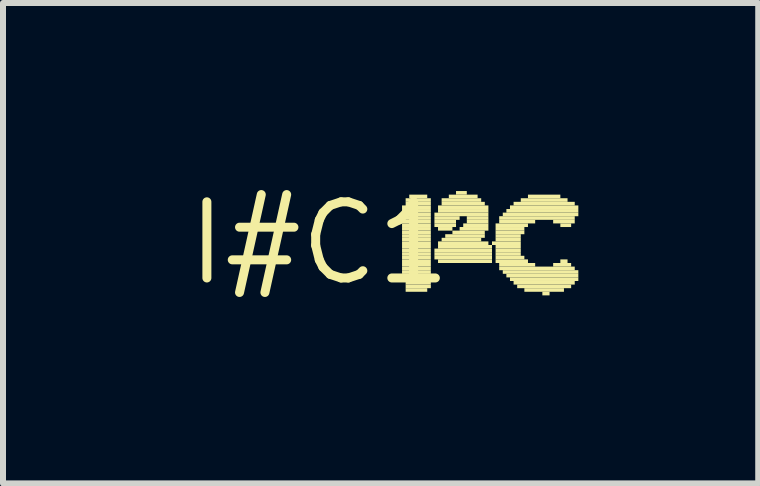
<source format=kicad_pcb>
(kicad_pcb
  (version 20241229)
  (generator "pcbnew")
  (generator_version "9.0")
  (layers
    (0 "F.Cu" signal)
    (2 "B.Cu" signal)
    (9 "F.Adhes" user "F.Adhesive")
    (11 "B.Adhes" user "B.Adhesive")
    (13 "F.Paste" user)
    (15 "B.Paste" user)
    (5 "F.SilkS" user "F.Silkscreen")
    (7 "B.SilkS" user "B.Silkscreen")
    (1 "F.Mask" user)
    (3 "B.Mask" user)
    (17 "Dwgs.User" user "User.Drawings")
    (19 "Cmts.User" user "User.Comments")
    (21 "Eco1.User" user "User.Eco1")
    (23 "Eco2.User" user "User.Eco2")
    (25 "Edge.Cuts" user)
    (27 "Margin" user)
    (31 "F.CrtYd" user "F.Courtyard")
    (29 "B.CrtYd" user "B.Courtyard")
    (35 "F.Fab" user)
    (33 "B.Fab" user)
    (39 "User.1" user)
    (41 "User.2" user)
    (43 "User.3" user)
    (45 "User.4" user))
  (footprint "I#C1"
    (layer "F.Cu")
    (at 2.275 1.006)
    (property "Reference" "I#C1" (at 0 0 0) (layer "F.SilkS") (effects (font (size 1.27 1.27) (thickness 0.15))))
    (attr through_hole)
    (fp_poly (pts (xy 1.38 -0.57) (xy 1.86 -0.57) (xy 1.86 -0.63) (xy 1.38 -0.63)) (stroke (width 0) (type solid)) (fill yes) (layer "F.SilkS"))
    (fp_poly (pts (xy 1.38 -0.51) (xy 1.86 -0.51) (xy 1.86 -0.57) (xy 1.38 -0.57)) (stroke (width 0) (type solid)) (fill yes) (layer "F.SilkS"))
    (fp_poly (pts (xy 1.38 -0.45) (xy 1.86 -0.45) (xy 1.86 -0.51) (xy 1.38 -0.51)) (stroke (width 0) (type solid)) (fill yes) (layer "F.SilkS"))
    (fp_poly (pts (xy 1.38 -0.39) (xy 1.86 -0.39) (xy 1.86 -0.45) (xy 1.38 -0.45)) (stroke (width 0) (type solid)) (fill yes) (layer "F.SilkS"))
    (fp_poly (pts (xy 1.38 -0.33) (xy 1.86 -0.33) (xy 1.86 -0.39) (xy 1.38 -0.39)) (stroke (width 0) (type solid)) (fill yes) (layer "F.SilkS"))
    (fp_poly (pts (xy 1.38 -0.27) (xy 1.86 -0.27) (xy 1.86 -0.33) (xy 1.38 -0.33)) (stroke (width 0) (type solid)) (fill yes) (layer "F.SilkS"))
    (fp_poly (pts (xy 1.38 -0.21) (xy 1.86 -0.21) (xy 1.86 -0.27) (xy 1.38 -0.27)) (stroke (width 0) (type solid)) (fill yes) (layer "F.SilkS"))
    (fp_poly (pts (xy 1.38 -0.15) (xy 1.86 -0.15) (xy 1.86 -0.21) (xy 1.38 -0.21)) (stroke (width 0) (type solid)) (fill yes) (layer "F.SilkS"))
    (fp_poly (pts (xy 1.38 -0.09) (xy 1.86 -0.09) (xy 1.86 -0.15) (xy 1.38 -0.15)) (stroke (width 0) (type solid)) (fill yes) (layer "F.SilkS"))
    (fp_poly (pts (xy 1.38 -0.03) (xy 1.86 -0.03) (xy 1.86 -0.09) (xy 1.38 -0.09)) (stroke (width 0) (type solid)) (fill yes) (layer "F.SilkS"))
    (fp_poly (pts (xy 1.38 0.03) (xy 1.86 0.03) (xy 1.86 -0.03) (xy 1.38 -0.03)) (stroke (width 0) (type solid)) (fill yes) (layer "F.SilkS"))
    (fp_poly (pts (xy 1.38 0.09) (xy 1.86 0.09) (xy 1.86 0.03) (xy 1.38 0.03)) (stroke (width 0) (type solid)) (fill yes) (layer "F.SilkS"))
    (fp_poly (pts (xy 1.38 0.15) (xy 1.86 0.15) (xy 1.86 0.09) (xy 1.38 0.09)) (stroke (width 0) (type solid)) (fill yes) (layer "F.SilkS"))
    (fp_poly (pts (xy 1.38 0.21) (xy 1.86 0.21) (xy 1.86 0.15) (xy 1.38 0.15)) (stroke (width 0) (type solid)) (fill yes) (layer "F.SilkS"))
    (fp_poly (pts (xy 1.38 0.27) (xy 1.86 0.27) (xy 1.86 0.21) (xy 1.38 0.21)) (stroke (width 0) (type solid)) (fill yes) (layer "F.SilkS"))
    (fp_poly (pts (xy 1.38 0.33) (xy 1.86 0.33) (xy 1.86 0.27) (xy 1.38 0.27)) (stroke (width 0) (type solid)) (fill yes) (layer "F.SilkS"))
    (fp_poly (pts (xy 1.38 0.39) (xy 1.86 0.39) (xy 1.86 0.33) (xy 1.38 0.33)) (stroke (width 0) (type solid)) (fill yes) (layer "F.SilkS"))
    (fp_poly (pts (xy 1.38 0.45) (xy 1.86 0.45) (xy 1.86 0.39) (xy 1.38 0.39)) (stroke (width 0) (type solid)) (fill yes) (layer "F.SilkS"))
    (fp_poly (pts (xy 1.38 0.51) (xy 1.86 0.51) (xy 1.86 0.45) (xy 1.38 0.45)) (stroke (width 0) (type solid)) (fill yes) (layer "F.SilkS"))
    (fp_poly (pts (xy 1.38 0.57) (xy 1.86 0.57) (xy 1.86 0.51) (xy 1.38 0.51)) (stroke (width 0) (type solid)) (fill yes) (layer "F.SilkS"))
    (fp_poly (pts (xy 1.38 0.63) (xy 1.86 0.63) (xy 1.86 0.57) (xy 1.38 0.57)) (stroke (width 0) (type solid)) (fill yes) (layer "F.SilkS"))
    (fp_poly (pts (xy 1.44 -0.69) (xy 1.86 -0.69) (xy 1.86 -0.75) (xy 1.44 -0.75)) (stroke (width 0) (type solid)) (fill yes) (layer "F.SilkS"))
    (fp_poly (pts (xy 1.44 -0.63) (xy 1.86 -0.63) (xy 1.86 -0.69) (xy 1.44 -0.69)) (stroke (width 0) (type solid)) (fill yes) (layer "F.SilkS"))
    (fp_poly (pts (xy 1.44 0.69) (xy 1.86 0.69) (xy 1.86 0.63) (xy 1.44 0.63)) (stroke (width 0) (type solid)) (fill yes) (layer "F.SilkS"))
    (fp_poly (pts (xy 1.44 0.75) (xy 1.86 0.75) (xy 1.86 0.69) (xy 1.44 0.69)) (stroke (width 0) (type solid)) (fill yes) (layer "F.SilkS"))
    (fp_poly (pts (xy 1.44 0.81) (xy 1.8 0.81) (xy 1.8 0.75) (xy 1.44 0.75)) (stroke (width 0) (type solid)) (fill yes) (layer "F.SilkS"))
    (fp_poly (pts (xy 1.5 -0.75) (xy 1.8 -0.75) (xy 1.8 -0.81) (xy 1.5 -0.81)) (stroke (width 0) (type solid)) (fill yes) (layer "F.SilkS"))
    (fp_poly (pts (xy 1.92 -0.45) (xy 2.82 -0.45) (xy 2.82 -0.51) (xy 1.92 -0.51)) (stroke (width 0) (type solid)) (fill yes) (layer "F.SilkS"))
    (fp_poly (pts (xy 1.92 -0.39) (xy 2.34 -0.39) (xy 2.34 -0.45) (xy 1.92 -0.45)) (stroke (width 0) (type solid)) (fill yes) (layer "F.SilkS"))
    (fp_poly (pts (xy 1.92 -0.33) (xy 2.28 -0.33) (xy 2.28 -0.39) (xy 1.92 -0.39)) (stroke (width 0) (type solid)) (fill yes) (layer "F.SilkS"))
    (fp_poly (pts (xy 1.92 -0.27) (xy 2.28 -0.27) (xy 2.28 -0.33) (xy 1.92 -0.33)) (stroke (width 0) (type solid)) (fill yes) (layer "F.SilkS"))
    (fp_poly (pts (xy 1.92 0.15) (xy 2.88 0.15) (xy 2.88 0.09) (xy 1.92 0.09)) (stroke (width 0) (type solid)) (fill yes) (layer "F.SilkS"))
    (fp_poly (pts (xy 1.92 0.21) (xy 2.88 0.21) (xy 2.88 0.15) (xy 1.92 0.15)) (stroke (width 0) (type solid)) (fill yes) (layer "F.SilkS"))
    (fp_poly (pts (xy 1.92 0.27) (xy 2.88 0.27) (xy 2.88 0.21) (xy 1.92 0.21)) (stroke (width 0) (type solid)) (fill yes) (layer "F.SilkS"))
    (fp_poly (pts (xy 1.98 -0.57) (xy 2.82 -0.57) (xy 2.82 -0.63) (xy 1.98 -0.63)) (stroke (width 0) (type solid)) (fill yes) (layer "F.SilkS"))
    (fp_poly (pts (xy 1.98 -0.51) (xy 2.82 -0.51) (xy 2.82 -0.57) (xy 1.98 -0.57)) (stroke (width 0) (type solid)) (fill yes) (layer "F.SilkS"))
    (fp_poly (pts (xy 1.98 -0.21) (xy 2.22 -0.21) (xy 2.22 -0.27) (xy 1.98 -0.27)) (stroke (width 0) (type solid)) (fill yes) (layer "F.SilkS"))
    (fp_poly (pts (xy 1.98 0.03) (xy 2.82 0.03) (xy 2.82 -0.03) (xy 1.98 -0.03)) (stroke (width 0) (type solid)) (fill yes) (layer "F.SilkS"))
    (fp_poly (pts (xy 1.98 0.09) (xy 2.88 0.09) (xy 2.88 0.03) (xy 1.98 0.03)) (stroke (width 0) (type solid)) (fill yes) (layer "F.SilkS"))
    (fp_poly (pts (xy 1.98 0.33) (xy 2.88 0.33) (xy 2.88 0.27) (xy 1.98 0.27)) (stroke (width 0) (type solid)) (fill yes) (layer "F.SilkS"))
    (fp_poly (pts (xy 2.04 -0.69) (xy 2.7 -0.69) (xy 2.7 -0.75) (xy 2.04 -0.75)) (stroke (width 0) (type solid)) (fill yes) (layer "F.SilkS"))
    (fp_poly (pts (xy 2.04 -0.63) (xy 2.76 -0.63) (xy 2.76 -0.69) (xy 2.04 -0.69)) (stroke (width 0) (type solid)) (fill yes) (layer "F.SilkS"))
    (fp_poly (pts (xy 2.04 -0.03) (xy 2.7 -0.03) (xy 2.7 -0.09) (xy 2.04 -0.09)) (stroke (width 0) (type solid)) (fill yes) (layer "F.SilkS"))
    (fp_poly (pts (xy 2.1 -0.09) (xy 2.76 -0.09) (xy 2.76 -0.15) (xy 2.1 -0.15)) (stroke (width 0) (type solid)) (fill yes) (layer "F.SilkS"))
    (fp_poly (pts (xy 2.16 -0.75) (xy 2.64 -0.75) (xy 2.64 -0.81) (xy 2.16 -0.81)) (stroke (width 0) (type solid)) (fill yes) (layer "F.SilkS"))
    (fp_poly (pts (xy 2.22 -0.15) (xy 2.76 -0.15) (xy 2.76 -0.21) (xy 2.22 -0.21)) (stroke (width 0) (type solid)) (fill yes) (layer "F.SilkS"))
    (fp_poly (pts (xy 2.28 -0.81) (xy 2.46 -0.81) (xy 2.46 -0.87) (xy 2.28 -0.87)) (stroke (width 0) (type solid)) (fill yes) (layer "F.SilkS"))
    (fp_poly (pts (xy 2.34 -0.21) (xy 2.82 -0.21) (xy 2.82 -0.27) (xy 2.34 -0.27)) (stroke (width 0) (type solid)) (fill yes) (layer "F.SilkS"))
    (fp_poly (pts (xy 2.4 -0.27) (xy 2.82 -0.27) (xy 2.82 -0.33) (xy 2.4 -0.33)) (stroke (width 0) (type solid)) (fill yes) (layer "F.SilkS"))
    (fp_poly (pts (xy 2.46 -0.39) (xy 2.82 -0.39) (xy 2.82 -0.45) (xy 2.46 -0.45)) (stroke (width 0) (type solid)) (fill yes) (layer "F.SilkS"))
    (fp_poly (pts (xy 2.46 -0.33) (xy 2.82 -0.33) (xy 2.82 -0.39) (xy 2.46 -0.39)) (stroke (width 0) (type solid)) (fill yes) (layer "F.SilkS"))
    (fp_poly (pts (xy 2.88 0.03) (xy 3.36 0.03) (xy 3.36 -0.03) (xy 2.88 -0.03)) (stroke (width 0) (type solid)) (fill yes) (layer "F.SilkS"))
    (fp_poly (pts (xy 2.94 -0.27) (xy 3.48 -0.27) (xy 3.48 -0.33) (xy 2.94 -0.33)) (stroke (width 0) (type solid)) (fill yes) (layer "F.SilkS"))
    (fp_poly (pts (xy 2.94 -0.21) (xy 3.42 -0.21) (xy 3.42 -0.27) (xy 2.94 -0.27)) (stroke (width 0) (type solid)) (fill yes) (layer "F.SilkS"))
    (fp_poly (pts (xy 2.94 -0.15) (xy 3.42 -0.15) (xy 3.42 -0.21) (xy 2.94 -0.21)) (stroke (width 0) (type solid)) (fill yes) (layer "F.SilkS"))
    (fp_poly (pts (xy 2.94 -0.09) (xy 3.36 -0.09) (xy 3.36 -0.15) (xy 2.94 -0.15)) (stroke (width 0) (type solid)) (fill yes) (layer "F.SilkS"))
    (fp_poly (pts (xy 2.94 -0.03) (xy 3.36 -0.03) (xy 3.36 -0.09) (xy 2.94 -0.09)) (stroke (width 0) (type solid)) (fill yes) (layer "F.SilkS"))
    (fp_poly (pts (xy 2.94 0.09) (xy 3.36 0.09) (xy 3.36 0.03) (xy 2.94 0.03)) (stroke (width 0) (type solid)) (fill yes) (layer "F.SilkS"))
    (fp_poly (pts (xy 2.94 0.15) (xy 3.36 0.15) (xy 3.36 0.09) (xy 2.94 0.09)) (stroke (width 0) (type solid)) (fill yes) (layer "F.SilkS"))
    (fp_poly (pts (xy 2.94 0.21) (xy 3.36 0.21) (xy 3.36 0.15) (xy 2.94 0.15)) (stroke (width 0) (type solid)) (fill yes) (layer "F.SilkS"))
    (fp_poly (pts (xy 2.94 0.27) (xy 3.42 0.27) (xy 3.42 0.21) (xy 2.94 0.21)) (stroke (width 0) (type solid)) (fill yes) (layer "F.SilkS"))
    (fp_poly (pts (xy 2.94 0.33) (xy 3.48 0.33) (xy 3.48 0.27) (xy 2.94 0.27)) (stroke (width 0) (type solid)) (fill yes) (layer "F.SilkS"))
    (fp_poly (pts (xy 3 -0.39) (xy 4.26 -0.39) (xy 4.26 -0.45) (xy 3 -0.45)) (stroke (width 0) (type solid)) (fill yes) (layer "F.SilkS"))
    (fp_poly (pts (xy 3 -0.33) (xy 3.6 -0.33) (xy 3.6 -0.39) (xy 3 -0.39)) (stroke (width 0) (type solid)) (fill yes) (layer "F.SilkS"))
    (fp_poly (pts (xy 3 0.39) (xy 3.6 0.39) (xy 3.6 0.33) (xy 3 0.33)) (stroke (width 0) (type solid)) (fill yes) (layer "F.SilkS"))
    (fp_poly (pts (xy 3 0.45) (xy 4.26 0.45) (xy 4.26 0.39) (xy 3 0.39)) (stroke (width 0) (type solid)) (fill yes) (layer "F.SilkS"))
    (fp_poly (pts (xy 3.06 -0.45) (xy 4.32 -0.45) (xy 4.32 -0.51) (xy 3.06 -0.51)) (stroke (width 0) (type solid)) (fill yes) (layer "F.SilkS"))
    (fp_poly (pts (xy 3.06 0.51) (xy 4.32 0.51) (xy 4.32 0.45) (xy 3.06 0.45)) (stroke (width 0) (type solid)) (fill yes) (layer "F.SilkS"))
    (fp_poly (pts (xy 3.12 -0.51) (xy 4.32 -0.51) (xy 4.32 -0.57) (xy 3.12 -0.57)) (stroke (width 0) (type solid)) (fill yes) (layer "F.SilkS"))
    (fp_poly (pts (xy 3.12 0.57) (xy 4.32 0.57) (xy 4.32 0.51) (xy 3.12 0.51)) (stroke (width 0) (type solid)) (fill yes) (layer "F.SilkS"))
    (fp_poly (pts (xy 3.18 -0.57) (xy 4.32 -0.57) (xy 4.32 -0.63) (xy 3.18 -0.63)) (stroke (width 0) (type solid)) (fill yes) (layer "F.SilkS"))
    (fp_poly (pts (xy 3.18 0.63) (xy 4.32 0.63) (xy 4.32 0.57) (xy 3.18 0.57)) (stroke (width 0) (type solid)) (fill yes) (layer "F.SilkS"))
    (fp_poly (pts (xy 3.24 -0.63) (xy 4.26 -0.63) (xy 4.26 -0.69) (xy 3.24 -0.69)) (stroke (width 0) (type solid)) (fill yes) (layer "F.SilkS"))
    (fp_poly (pts (xy 3.24 0.69) (xy 4.26 0.69) (xy 4.26 0.63) (xy 3.24 0.63)) (stroke (width 0) (type solid)) (fill yes) (layer "F.SilkS"))
    (fp_poly (pts (xy 3.3 0.75) (xy 4.2 0.75) (xy 4.2 0.69) (xy 3.3 0.69)) (stroke (width 0) (type solid)) (fill yes) (layer "F.SilkS"))
    (fp_poly (pts (xy 3.36 -0.69) (xy 4.14 -0.69) (xy 4.14 -0.75) (xy 3.36 -0.75)) (stroke (width 0) (type solid)) (fill yes) (layer "F.SilkS"))
    (fp_poly (pts (xy 3.42 0.81) (xy 4.08 0.81) (xy 4.08 0.75) (xy 3.42 0.75)) (stroke (width 0) (type solid)) (fill yes) (layer "F.SilkS"))
    (fp_poly (pts (xy 3.48 -0.75) (xy 4.02 -0.75) (xy 4.02 -0.81) (xy 3.48 -0.81)) (stroke (width 0) (type solid)) (fill yes) (layer "F.SilkS"))
    (fp_poly (pts (xy 3.72 0.87) (xy 3.84 0.87) (xy 3.84 0.81) (xy 3.72 0.81)) (stroke (width 0) (type solid)) (fill yes) (layer "F.SilkS"))
    (fp_poly (pts (xy 3.9 -0.33) (xy 4.26 -0.33) (xy 4.26 -0.39) (xy 3.9 -0.39)) (stroke (width 0) (type solid)) (fill yes) (layer "F.SilkS"))
    (fp_poly (pts (xy 3.9 0.39) (xy 4.2 0.39) (xy 4.2 0.33) (xy 3.9 0.33)) (stroke (width 0) (type solid)) (fill yes) (layer "F.SilkS"))
    (fp_poly (pts (xy 4.02 -0.27) (xy 4.2 -0.27) (xy 4.2 -0.33) (xy 4.02 -0.33)) (stroke (width 0) (type solid)) (fill yes) (layer "F.SilkS"))
    (fp_poly (pts (xy 4.02 0.33) (xy 4.14 0.33) (xy 4.14 0.27) (xy 4.02 0.27)) (stroke (width 0) (type solid)) (fill yes) (layer "F.SilkS")))
  (gr_rect
    (start -3 -3)
    (end 9.595 5.012)
    (stroke (width 0.1) (type default))
    (fill no)
    (layer "Edge.Cuts")))
</source>
